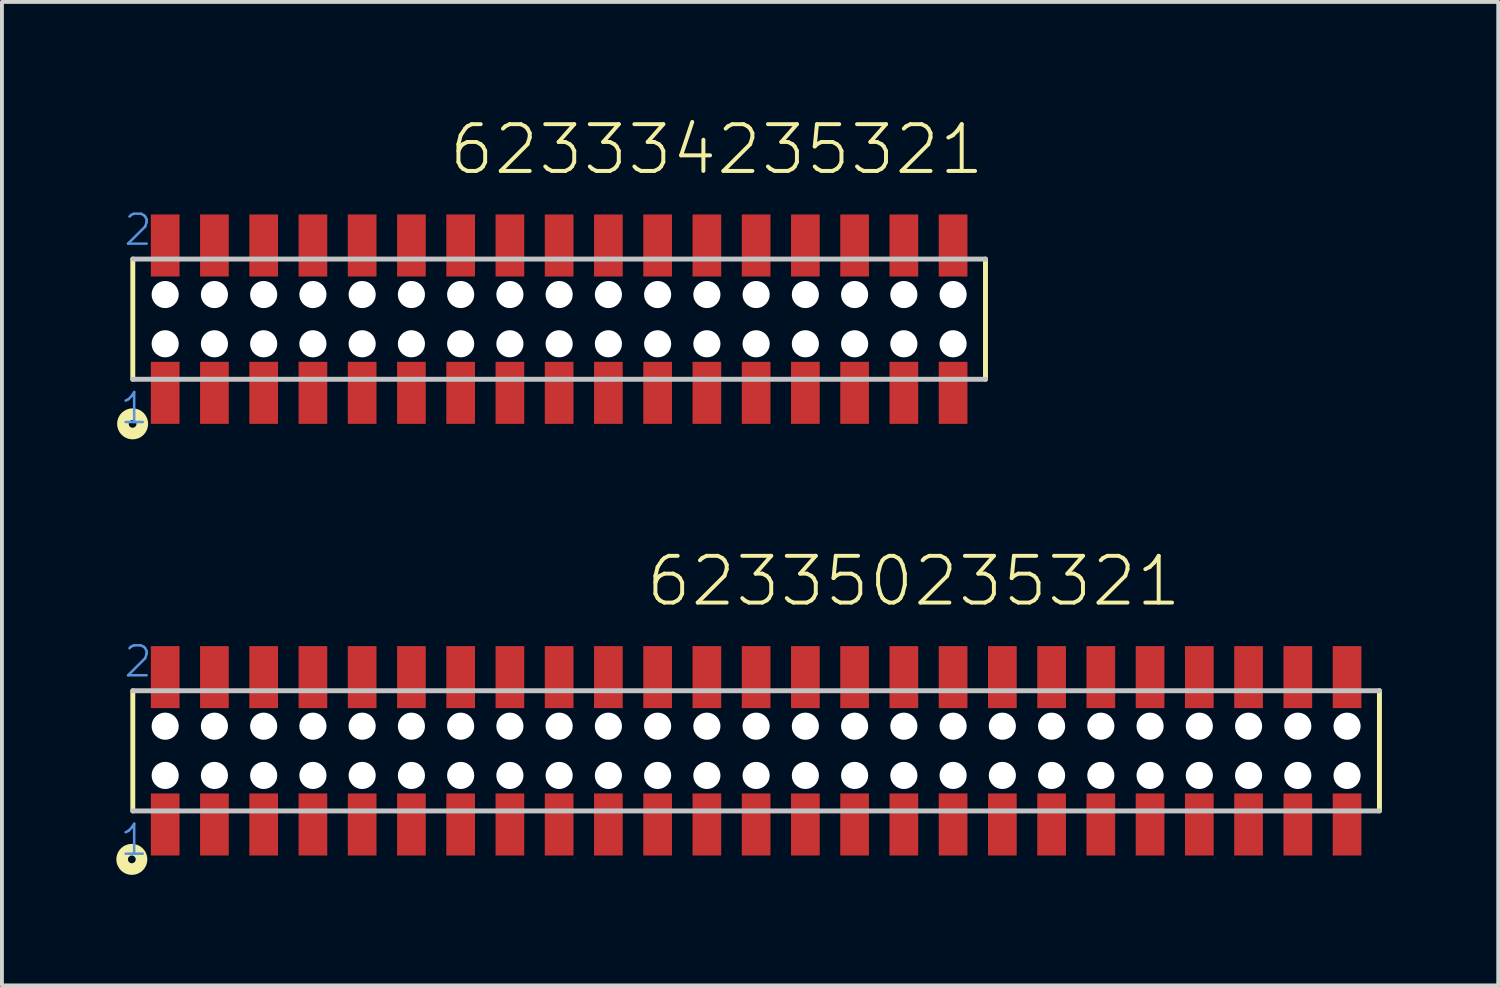
<source format=kicad_pcb>
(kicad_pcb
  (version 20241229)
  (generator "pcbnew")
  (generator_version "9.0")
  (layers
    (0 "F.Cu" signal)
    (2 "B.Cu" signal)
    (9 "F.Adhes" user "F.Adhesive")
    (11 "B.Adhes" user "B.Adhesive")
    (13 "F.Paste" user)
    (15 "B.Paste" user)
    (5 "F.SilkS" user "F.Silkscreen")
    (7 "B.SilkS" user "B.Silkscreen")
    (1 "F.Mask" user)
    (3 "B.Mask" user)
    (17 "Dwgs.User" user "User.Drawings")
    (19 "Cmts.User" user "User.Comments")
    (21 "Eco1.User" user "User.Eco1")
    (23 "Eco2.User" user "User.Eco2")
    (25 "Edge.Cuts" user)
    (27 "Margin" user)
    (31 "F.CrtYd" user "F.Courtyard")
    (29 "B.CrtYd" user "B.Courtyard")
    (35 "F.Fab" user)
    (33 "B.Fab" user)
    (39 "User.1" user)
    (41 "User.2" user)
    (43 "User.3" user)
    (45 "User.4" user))
  (footprint "623334235321"
    (layer "F.Cu")
    (at 11.37 5.181)
    (property "Reference" "623334235321" (at -2.894 -3.67 0) (layer "F.SilkS") (effects (font (size 1.206 1.206) (thickness 0.102)) (justify left bottom)))
    (attr through_hole)
    (fp_line (start -10.995 -1.55) (end -10.995 1.55) (stroke (width 0.127) (type solid)) (layer "F.SilkS"))
    (fp_line (start 10.995 1.55) (end 10.995 -1.55) (stroke (width 0.127) (type solid)) (layer "F.SilkS"))
    (fp_circle (center -11 2.7) (end -10.9 2.7) (stroke (width 0.3) (type solid)) (fill no) (layer "F.SilkS"))
    (fp_line (start -10.995 1.55) (end 10.995 1.55) (stroke (width 0.127) (type solid)) (layer "Dwgs.User"))
    (fp_line (start 10.995 -1.55) (end -10.995 -1.55) (stroke (width 0.127) (type solid)) (layer "Dwgs.User"))
    (fp_text user "1" (at -11.37 2.75 0) (layer "Cmts.User") (effects (font (size 0.772 0.772) (thickness 0.065)) (justify left bottom)))
    (fp_text user "2" (at -11.27 -1.85 0) (layer "Cmts.User") (effects (font (size 0.772 0.772) (thickness 0.065)) (justify left bottom)))
    (pad "" np_thru_hole circle (at -10.16 -0.635) (size 0.7 0.7) (drill 0.7) (layers "*.Cu"))
    (pad "" np_thru_hole circle (at -10.16 0.635) (size 0.7 0.7) (drill 0.7) (layers "*.Cu"))
    (pad "" np_thru_hole circle (at -8.89 -0.635) (size 0.7 0.7) (drill 0.7) (layers "*.Cu"))
    (pad "" np_thru_hole circle (at -8.89 0.635) (size 0.7 0.7) (drill 0.7) (layers "*.Cu"))
    (pad "" np_thru_hole circle (at -7.62 -0.635) (size 0.7 0.7) (drill 0.7) (layers "*.Cu"))
    (pad "" np_thru_hole circle (at -7.62 0.635) (size 0.7 0.7) (drill 0.7) (layers "*.Cu"))
    (pad "" np_thru_hole circle (at -6.35 -0.635) (size 0.7 0.7) (drill 0.7) (layers "*.Cu"))
    (pad "" np_thru_hole circle (at -6.35 0.635) (size 0.7 0.7) (drill 0.7) (layers "*.Cu"))
    (pad "" np_thru_hole circle (at -5.08 -0.635) (size 0.7 0.7) (drill 0.7) (layers "*.Cu"))
    (pad "" np_thru_hole circle (at -5.08 0.635) (size 0.7 0.7) (drill 0.7) (layers "*.Cu"))
    (pad "" np_thru_hole circle (at -3.81 -0.635) (size 0.7 0.7) (drill 0.7) (layers "*.Cu"))
    (pad "" np_thru_hole circle (at -3.81 0.635) (size 0.7 0.7) (drill 0.7) (layers "*.Cu"))
    (pad "" np_thru_hole circle (at -2.54 -0.635) (size 0.7 0.7) (drill 0.7) (layers "*.Cu"))
    (pad "" np_thru_hole circle (at -2.54 0.635) (size 0.7 0.7) (drill 0.7) (layers "*.Cu"))
    (pad "" np_thru_hole circle (at -1.27 -0.635) (size 0.7 0.7) (drill 0.7) (layers "*.Cu"))
    (pad "" np_thru_hole circle (at -1.27 0.635) (size 0.7 0.7) (drill 0.7) (layers "*.Cu"))
    (pad "" np_thru_hole circle (at 0 -0.635) (size 0.7 0.7) (drill 0.7) (layers "*.Cu"))
    (pad "" np_thru_hole circle (at 0 0.635) (size 0.7 0.7) (drill 0.7) (layers "*.Cu"))
    (pad "" np_thru_hole circle (at 1.27 -0.635) (size 0.7 0.7) (drill 0.7) (layers "*.Cu"))
    (pad "" np_thru_hole circle (at 1.27 0.635) (size 0.7 0.7) (drill 0.7) (layers "*.Cu"))
    (pad "" np_thru_hole circle (at 2.54 -0.635) (size 0.7 0.7) (drill 0.7) (layers "*.Cu"))
    (pad "" np_thru_hole circle (at 2.54 0.635) (size 0.7 0.7) (drill 0.7) (layers "*.Cu"))
    (pad "" np_thru_hole circle (at 3.81 -0.635) (size 0.7 0.7) (drill 0.7) (layers "*.Cu"))
    (pad "" np_thru_hole circle (at 3.81 0.635) (size 0.7 0.7) (drill 0.7) (layers "*.Cu"))
    (pad "" np_thru_hole circle (at 5.08 -0.635) (size 0.7 0.7) (drill 0.7) (layers "*.Cu"))
    (pad "" np_thru_hole circle (at 5.08 0.635) (size 0.7 0.7) (drill 0.7) (layers "*.Cu"))
    (pad "" np_thru_hole circle (at 6.35 -0.635) (size 0.7 0.7) (drill 0.7) (layers "*.Cu"))
    (pad "" np_thru_hole circle (at 6.35 0.635) (size 0.7 0.7) (drill 0.7) (layers "*.Cu"))
    (pad "" np_thru_hole circle (at 7.62 -0.635) (size 0.7 0.7) (drill 0.7) (layers "*.Cu"))
    (pad "" np_thru_hole circle (at 7.62 0.635) (size 0.7 0.7) (drill 0.7) (layers "*.Cu"))
    (pad "" np_thru_hole circle (at 8.89 -0.635) (size 0.7 0.7) (drill 0.7) (layers "*.Cu"))
    (pad "" np_thru_hole circle (at 8.89 0.635) (size 0.7 0.7) (drill 0.7) (layers "*.Cu"))
    (pad "" np_thru_hole circle (at 10.16 -0.635) (size 0.7 0.7) (drill 0.7) (layers "*.Cu"))
    (pad "" np_thru_hole circle (at 10.16 0.635) (size 0.7 0.7) (drill 0.7) (layers "*.Cu"))
    (pad "1" smd rect (at -10.16 1.9) (size 0.74 1.6) (layers "F.Cu" "F.Mask" "F.Paste"))
    (pad "2" smd rect (at -10.16 -1.9 180) (size 0.74 1.6) (layers "F.Cu" "F.Mask" "F.Paste"))
    (pad "3" smd rect (at -8.89 1.9) (size 0.74 1.6) (layers "F.Cu" "F.Mask" "F.Paste"))
    (pad "4" smd rect (at -8.89 -1.9) (size 0.74 1.6) (layers "F.Cu" "F.Mask" "F.Paste"))
    (pad "5" smd rect (at -7.62 1.9) (size 0.74 1.6) (layers "F.Cu" "F.Mask" "F.Paste"))
    (pad "6" smd rect (at -7.62 -1.9) (size 0.74 1.6) (layers "F.Cu" "F.Mask" "F.Paste"))
    (pad "7" smd rect (at -6.35 1.9) (size 0.74 1.6) (layers "F.Cu" "F.Mask" "F.Paste"))
    (pad "8" smd rect (at -6.35 -1.9) (size 0.74 1.6) (layers "F.Cu" "F.Mask" "F.Paste"))
    (pad "9" smd rect (at -5.08 1.9) (size 0.74 1.6) (layers "F.Cu" "F.Mask" "F.Paste"))
    (pad "10" smd rect (at -5.08 -1.9) (size 0.74 1.6) (layers "F.Cu" "F.Mask" "F.Paste"))
    (pad "11" smd rect (at -3.81 1.9) (size 0.74 1.6) (layers "F.Cu" "F.Mask" "F.Paste"))
    (pad "12" smd rect (at -3.81 -1.9) (size 0.74 1.6) (layers "F.Cu" "F.Mask" "F.Paste"))
    (pad "13" smd rect (at -2.54 1.9) (size 0.74 1.6) (layers "F.Cu" "F.Mask" "F.Paste"))
    (pad "14" smd rect (at -2.54 -1.9) (size 0.74 1.6) (layers "F.Cu" "F.Mask" "F.Paste"))
    (pad "15" smd rect (at -1.27 1.9) (size 0.74 1.6) (layers "F.Cu" "F.Mask" "F.Paste"))
    (pad "16" smd rect (at -1.27 -1.9) (size 0.74 1.6) (layers "F.Cu" "F.Mask" "F.Paste"))
    (pad "17" smd rect (at 0 1.9) (size 0.74 1.6) (layers "F.Cu" "F.Mask" "F.Paste"))
    (pad "18" smd rect (at 0 -1.9) (size 0.74 1.6) (layers "F.Cu" "F.Mask" "F.Paste"))
    (pad "19" smd rect (at 1.27 1.9) (size 0.74 1.6) (layers "F.Cu" "F.Mask" "F.Paste"))
    (pad "20" smd rect (at 1.27 -1.9) (size 0.74 1.6) (layers "F.Cu" "F.Mask" "F.Paste"))
    (pad "21" smd rect (at 2.54 1.9) (size 0.74 1.6) (layers "F.Cu" "F.Mask" "F.Paste"))
    (pad "22" smd rect (at 2.54 -1.9) (size 0.74 1.6) (layers "F.Cu" "F.Mask" "F.Paste"))
    (pad "23" smd rect (at 3.81 1.9) (size 0.74 1.6) (layers "F.Cu" "F.Mask" "F.Paste"))
    (pad "24" smd rect (at 3.81 -1.9) (size 0.74 1.6) (layers "F.Cu" "F.Mask" "F.Paste"))
    (pad "25" smd rect (at 5.08 1.9) (size 0.74 1.6) (layers "F.Cu" "F.Mask" "F.Paste"))
    (pad "26" smd rect (at 5.08 -1.9) (size 0.74 1.6) (layers "F.Cu" "F.Mask" "F.Paste"))
    (pad "27" smd rect (at 6.35 1.9) (size 0.74 1.6) (layers "F.Cu" "F.Mask" "F.Paste"))
    (pad "28" smd rect (at 6.35 -1.9) (size 0.74 1.6) (layers "F.Cu" "F.Mask" "F.Paste"))
    (pad "29" smd rect (at 7.62 1.9) (size 0.74 1.6) (layers "F.Cu" "F.Mask" "F.Paste"))
    (pad "30" smd rect (at 7.62 -1.9) (size 0.74 1.6) (layers "F.Cu" "F.Mask" "F.Paste"))
    (pad "31" smd rect (at 8.89 1.9) (size 0.74 1.6) (layers "F.Cu" "F.Mask" "F.Paste"))
    (pad "32" smd rect (at 8.89 -1.9) (size 0.74 1.6) (layers "F.Cu" "F.Mask" "F.Paste"))
    (pad "33" smd rect (at 10.16 1.9) (size 0.74 1.6) (layers "F.Cu" "F.Mask" "F.Paste"))
    (pad "34" smd rect (at 10.16 -1.9) (size 0.74 1.6) (layers "F.Cu" "F.Mask" "F.Paste")))
  (footprint "623350235321"
    (layer "F.Cu")
    (at 16.45 16.313)
    (property "Reference" "623350235321" (at -2.894 -3.67 0) (layer "F.SilkS") (effects (font (size 1.206 1.206) (thickness 0.102)) (justify left bottom)))
    (attr through_hole)
    (fp_line (start -16.075 -1.55) (end -16.075 1.55) (stroke (width 0.127) (type solid)) (layer "F.SilkS"))
    (fp_line (start 16.075 1.55) (end 16.075 -1.55) (stroke (width 0.127) (type solid)) (layer "F.SilkS"))
    (fp_circle (center -16.1 2.8) (end -16 2.8) (stroke (width 0.3) (type solid)) (fill no) (layer "F.SilkS"))
    (fp_line (start -16.075 1.55) (end 16.075 1.55) (stroke (width 0.127) (type solid)) (layer "Dwgs.User"))
    (fp_line (start 16.075 -1.55) (end -16.075 -1.55) (stroke (width 0.127) (type solid)) (layer "Dwgs.User"))
    (fp_text user "1" (at -16.45 2.75 0) (layer "Cmts.User") (effects (font (size 0.772 0.772) (thickness 0.065)) (justify left bottom)))
    (fp_text user "2" (at -16.35 -1.85 0) (layer "Cmts.User") (effects (font (size 0.772 0.772) (thickness 0.065)) (justify left bottom)))
    (pad "" np_thru_hole circle (at -15.24 -0.635) (size 0.7 0.7) (drill 0.7) (layers "*.Cu"))
    (pad "" np_thru_hole circle (at -15.24 0.635) (size 0.7 0.7) (drill 0.7) (layers "*.Cu"))
    (pad "" np_thru_hole circle (at -13.97 -0.635) (size 0.7 0.7) (drill 0.7) (layers "*.Cu"))
    (pad "" np_thru_hole circle (at -13.97 0.635) (size 0.7 0.7) (drill 0.7) (layers "*.Cu"))
    (pad "" np_thru_hole circle (at -12.7 -0.635) (size 0.7 0.7) (drill 0.7) (layers "*.Cu"))
    (pad "" np_thru_hole circle (at -12.7 0.635) (size 0.7 0.7) (drill 0.7) (layers "*.Cu"))
    (pad "" np_thru_hole circle (at -11.43 -0.635) (size 0.7 0.7) (drill 0.7) (layers "*.Cu"))
    (pad "" np_thru_hole circle (at -11.43 0.635) (size 0.7 0.7) (drill 0.7) (layers "*.Cu"))
    (pad "" np_thru_hole circle (at -10.16 -0.635) (size 0.7 0.7) (drill 0.7) (layers "*.Cu"))
    (pad "" np_thru_hole circle (at -10.16 0.635) (size 0.7 0.7) (drill 0.7) (layers "*.Cu"))
    (pad "" np_thru_hole circle (at -8.89 -0.635) (size 0.7 0.7) (drill 0.7) (layers "*.Cu"))
    (pad "" np_thru_hole circle (at -8.89 0.635) (size 0.7 0.7) (drill 0.7) (layers "*.Cu"))
    (pad "" np_thru_hole circle (at -7.62 -0.635) (size 0.7 0.7) (drill 0.7) (layers "*.Cu"))
    (pad "" np_thru_hole circle (at -7.62 0.635) (size 0.7 0.7) (drill 0.7) (layers "*.Cu"))
    (pad "" np_thru_hole circle (at -6.35 -0.635) (size 0.7 0.7) (drill 0.7) (layers "*.Cu"))
    (pad "" np_thru_hole circle (at -6.35 0.635) (size 0.7 0.7) (drill 0.7) (layers "*.Cu"))
    (pad "" np_thru_hole circle (at -5.08 -0.635) (size 0.7 0.7) (drill 0.7) (layers "*.Cu"))
    (pad "" np_thru_hole circle (at -5.08 0.635) (size 0.7 0.7) (drill 0.7) (layers "*.Cu"))
    (pad "" np_thru_hole circle (at -3.81 -0.635) (size 0.7 0.7) (drill 0.7) (layers "*.Cu"))
    (pad "" np_thru_hole circle (at -3.81 0.635) (size 0.7 0.7) (drill 0.7) (layers "*.Cu"))
    (pad "" np_thru_hole circle (at -2.54 -0.635) (size 0.7 0.7) (drill 0.7) (layers "*.Cu"))
    (pad "" np_thru_hole circle (at -2.54 0.635) (size 0.7 0.7) (drill 0.7) (layers "*.Cu"))
    (pad "" np_thru_hole circle (at -1.27 -0.635) (size 0.7 0.7) (drill 0.7) (layers "*.Cu"))
    (pad "" np_thru_hole circle (at -1.27 0.635) (size 0.7 0.7) (drill 0.7) (layers "*.Cu"))
    (pad "" np_thru_hole circle (at 0 -0.635) (size 0.7 0.7) (drill 0.7) (layers "*.Cu"))
    (pad "" np_thru_hole circle (at 0 0.635) (size 0.7 0.7) (drill 0.7) (layers "*.Cu"))
    (pad "" np_thru_hole circle (at 1.27 -0.635) (size 0.7 0.7) (drill 0.7) (layers "*.Cu"))
    (pad "" np_thru_hole circle (at 1.27 0.635) (size 0.7 0.7) (drill 0.7) (layers "*.Cu"))
    (pad "" np_thru_hole circle (at 2.54 -0.635) (size 0.7 0.7) (drill 0.7) (layers "*.Cu"))
    (pad "" np_thru_hole circle (at 2.54 0.635) (size 0.7 0.7) (drill 0.7) (layers "*.Cu"))
    (pad "" np_thru_hole circle (at 3.81 -0.635) (size 0.7 0.7) (drill 0.7) (layers "*.Cu"))
    (pad "" np_thru_hole circle (at 3.81 0.635) (size 0.7 0.7) (drill 0.7) (layers "*.Cu"))
    (pad "" np_thru_hole circle (at 5.08 -0.635) (size 0.7 0.7) (drill 0.7) (layers "*.Cu"))
    (pad "" np_thru_hole circle (at 5.08 0.635) (size 0.7 0.7) (drill 0.7) (layers "*.Cu"))
    (pad "" np_thru_hole circle (at 6.35 -0.635) (size 0.7 0.7) (drill 0.7) (layers "*.Cu"))
    (pad "" np_thru_hole circle (at 6.35 0.635) (size 0.7 0.7) (drill 0.7) (layers "*.Cu"))
    (pad "" np_thru_hole circle (at 7.62 -0.635) (size 0.7 0.7) (drill 0.7) (layers "*.Cu"))
    (pad "" np_thru_hole circle (at 7.62 0.635) (size 0.7 0.7) (drill 0.7) (layers "*.Cu"))
    (pad "" np_thru_hole circle (at 8.89 -0.635) (size 0.7 0.7) (drill 0.7) (layers "*.Cu"))
    (pad "" np_thru_hole circle (at 8.89 0.635) (size 0.7 0.7) (drill 0.7) (layers "*.Cu"))
    (pad "" np_thru_hole circle (at 10.16 -0.635) (size 0.7 0.7) (drill 0.7) (layers "*.Cu"))
    (pad "" np_thru_hole circle (at 10.16 0.635) (size 0.7 0.7) (drill 0.7) (layers "*.Cu"))
    (pad "" np_thru_hole circle (at 11.43 -0.635) (size 0.7 0.7) (drill 0.7) (layers "*.Cu"))
    (pad "" np_thru_hole circle (at 11.43 0.635) (size 0.7 0.7) (drill 0.7) (layers "*.Cu"))
    (pad "" np_thru_hole circle (at 12.7 -0.635) (size 0.7 0.7) (drill 0.7) (layers "*.Cu"))
    (pad "" np_thru_hole circle (at 12.7 0.635) (size 0.7 0.7) (drill 0.7) (layers "*.Cu"))
    (pad "" np_thru_hole circle (at 13.97 -0.635) (size 0.7 0.7) (drill 0.7) (layers "*.Cu"))
    (pad "" np_thru_hole circle (at 13.97 0.635) (size 0.7 0.7) (drill 0.7) (layers "*.Cu"))
    (pad "" np_thru_hole circle (at 15.24 -0.635) (size 0.7 0.7) (drill 0.7) (layers "*.Cu"))
    (pad "" np_thru_hole circle (at 15.24 0.635) (size 0.7 0.7) (drill 0.7) (layers "*.Cu"))
    (pad "1" smd rect (at -15.24 1.9) (size 0.74 1.6) (layers "F.Cu" "F.Mask" "F.Paste"))
    (pad "2" smd rect (at -15.24 -1.9 180) (size 0.74 1.6) (layers "F.Cu" "F.Mask" "F.Paste"))
    (pad "3" smd rect (at -13.97 1.9) (size 0.74 1.6) (layers "F.Cu" "F.Mask" "F.Paste"))
    (pad "4" smd rect (at -13.97 -1.9) (size 0.74 1.6) (layers "F.Cu" "F.Mask" "F.Paste"))
    (pad "5" smd rect (at -12.7 1.9) (size 0.74 1.6) (layers "F.Cu" "F.Mask" "F.Paste"))
    (pad "6" smd rect (at -12.7 -1.9) (size 0.74 1.6) (layers "F.Cu" "F.Mask" "F.Paste"))
    (pad "7" smd rect (at -11.43 1.9) (size 0.74 1.6) (layers "F.Cu" "F.Mask" "F.Paste"))
    (pad "8" smd rect (at -11.43 -1.9) (size 0.74 1.6) (layers "F.Cu" "F.Mask" "F.Paste"))
    (pad "9" smd rect (at -10.16 1.9) (size 0.74 1.6) (layers "F.Cu" "F.Mask" "F.Paste"))
    (pad "10" smd rect (at -10.16 -1.9) (size 0.74 1.6) (layers "F.Cu" "F.Mask" "F.Paste"))
    (pad "11" smd rect (at -8.89 1.9) (size 0.74 1.6) (layers "F.Cu" "F.Mask" "F.Paste"))
    (pad "12" smd rect (at -8.89 -1.9) (size 0.74 1.6) (layers "F.Cu" "F.Mask" "F.Paste"))
    (pad "13" smd rect (at -7.62 1.9) (size 0.74 1.6) (layers "F.Cu" "F.Mask" "F.Paste"))
    (pad "14" smd rect (at -7.62 -1.9) (size 0.74 1.6) (layers "F.Cu" "F.Mask" "F.Paste"))
    (pad "15" smd rect (at -6.35 1.9) (size 0.74 1.6) (layers "F.Cu" "F.Mask" "F.Paste"))
    (pad "16" smd rect (at -6.35 -1.9) (size 0.74 1.6) (layers "F.Cu" "F.Mask" "F.Paste"))
    (pad "17" smd rect (at -5.08 1.9) (size 0.74 1.6) (layers "F.Cu" "F.Mask" "F.Paste"))
    (pad "18" smd rect (at -5.08 -1.9) (size 0.74 1.6) (layers "F.Cu" "F.Mask" "F.Paste"))
    (pad "19" smd rect (at -3.81 1.9) (size 0.74 1.6) (layers "F.Cu" "F.Mask" "F.Paste"))
    (pad "20" smd rect (at -3.81 -1.9) (size 0.74 1.6) (layers "F.Cu" "F.Mask" "F.Paste"))
    (pad "21" smd rect (at -2.54 1.9) (size 0.74 1.6) (layers "F.Cu" "F.Mask" "F.Paste"))
    (pad "22" smd rect (at -2.54 -1.9) (size 0.74 1.6) (layers "F.Cu" "F.Mask" "F.Paste"))
    (pad "23" smd rect (at -1.27 1.9) (size 0.74 1.6) (layers "F.Cu" "F.Mask" "F.Paste"))
    (pad "24" smd rect (at -1.27 -1.9) (size 0.74 1.6) (layers "F.Cu" "F.Mask" "F.Paste"))
    (pad "25" smd rect (at 0 1.9) (size 0.74 1.6) (layers "F.Cu" "F.Mask" "F.Paste"))
    (pad "26" smd rect (at 0 -1.9) (size 0.74 1.6) (layers "F.Cu" "F.Mask" "F.Paste"))
    (pad "27" smd rect (at 1.27 1.9) (size 0.74 1.6) (layers "F.Cu" "F.Mask" "F.Paste"))
    (pad "28" smd rect (at 1.27 -1.9) (size 0.74 1.6) (layers "F.Cu" "F.Mask" "F.Paste"))
    (pad "29" smd rect (at 2.54 1.9) (size 0.74 1.6) (layers "F.Cu" "F.Mask" "F.Paste"))
    (pad "30" smd rect (at 2.54 -1.9) (size 0.74 1.6) (layers "F.Cu" "F.Mask" "F.Paste"))
    (pad "31" smd rect (at 3.81 1.9) (size 0.74 1.6) (layers "F.Cu" "F.Mask" "F.Paste"))
    (pad "32" smd rect (at 3.81 -1.9) (size 0.74 1.6) (layers "F.Cu" "F.Mask" "F.Paste"))
    (pad "33" smd rect (at 5.08 1.9) (size 0.74 1.6) (layers "F.Cu" "F.Mask" "F.Paste"))
    (pad "34" smd rect (at 5.08 -1.9) (size 0.74 1.6) (layers "F.Cu" "F.Mask" "F.Paste"))
    (pad "35" smd rect (at 6.35 1.9) (size 0.74 1.6) (layers "F.Cu" "F.Mask" "F.Paste"))
    (pad "36" smd rect (at 6.35 -1.9) (size 0.74 1.6) (layers "F.Cu" "F.Mask" "F.Paste"))
    (pad "37" smd rect (at 7.62 1.9) (size 0.74 1.6) (layers "F.Cu" "F.Mask" "F.Paste"))
    (pad "38" smd rect (at 7.62 -1.9) (size 0.74 1.6) (layers "F.Cu" "F.Mask" "F.Paste"))
    (pad "39" smd rect (at 8.89 1.9) (size 0.74 1.6) (layers "F.Cu" "F.Mask" "F.Paste"))
    (pad "40" smd rect (at 8.89 -1.9) (size 0.74 1.6) (layers "F.Cu" "F.Mask" "F.Paste"))
    (pad "41" smd rect (at 10.16 1.9) (size 0.74 1.6) (layers "F.Cu" "F.Mask" "F.Paste"))
    (pad "42" smd rect (at 10.16 -1.9) (size 0.74 1.6) (layers "F.Cu" "F.Mask" "F.Paste"))
    (pad "43" smd rect (at 11.43 1.9) (size 0.74 1.6) (layers "F.Cu" "F.Mask" "F.Paste"))
    (pad "44" smd rect (at 11.43 -1.9) (size 0.74 1.6) (layers "F.Cu" "F.Mask" "F.Paste"))
    (pad "45" smd rect (at 12.7 1.9) (size 0.74 1.6) (layers "F.Cu" "F.Mask" "F.Paste"))
    (pad "46" smd rect (at 12.7 -1.9) (size 0.74 1.6) (layers "F.Cu" "F.Mask" "F.Paste"))
    (pad "47" smd rect (at 13.97 1.9) (size 0.74 1.6) (layers "F.Cu" "F.Mask" "F.Paste"))
    (pad "48" smd rect (at 13.97 -1.9) (size 0.74 1.6) (layers "F.Cu" "F.Mask" "F.Paste"))
    (pad "49" smd rect (at 15.24 1.9) (size 0.74 1.6) (layers "F.Cu" "F.Mask" "F.Paste"))
    (pad "50" smd rect (at 15.24 -1.9) (size 0.74 1.6) (layers "F.Cu" "F.Mask" "F.Paste")))
  (gr_rect
    (start -3 -3)
    (end 35.589 22.363)
    (stroke (width 0.1) (type default))
    (fill no)
    (layer "Edge.Cuts")))
</source>
